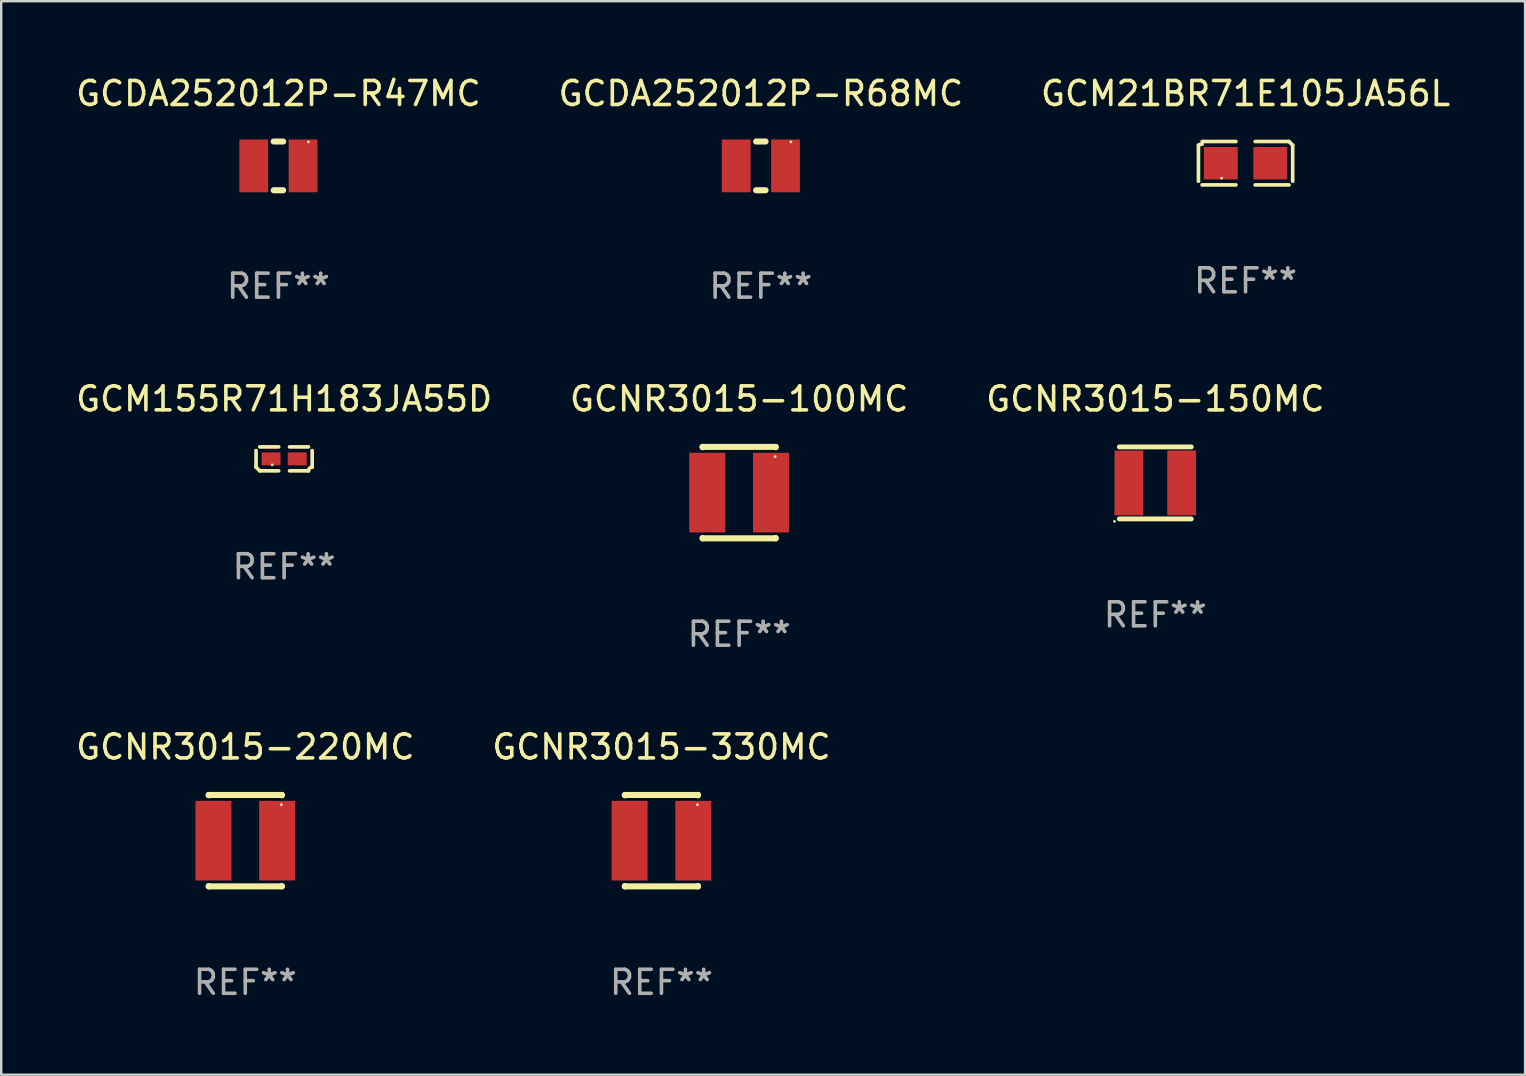
<source format=kicad_pcb>
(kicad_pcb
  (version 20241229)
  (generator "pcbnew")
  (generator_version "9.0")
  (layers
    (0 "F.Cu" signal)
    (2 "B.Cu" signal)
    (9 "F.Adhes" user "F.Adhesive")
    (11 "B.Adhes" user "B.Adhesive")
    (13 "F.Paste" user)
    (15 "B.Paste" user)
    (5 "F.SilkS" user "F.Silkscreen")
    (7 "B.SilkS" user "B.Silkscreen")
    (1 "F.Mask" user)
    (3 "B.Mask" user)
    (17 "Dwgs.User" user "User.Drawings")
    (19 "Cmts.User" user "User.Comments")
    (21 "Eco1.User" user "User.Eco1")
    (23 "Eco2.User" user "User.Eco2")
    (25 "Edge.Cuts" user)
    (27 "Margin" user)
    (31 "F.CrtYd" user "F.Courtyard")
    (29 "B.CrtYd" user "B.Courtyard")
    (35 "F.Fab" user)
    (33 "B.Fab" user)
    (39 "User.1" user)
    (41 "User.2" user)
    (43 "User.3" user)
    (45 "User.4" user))
  (footprint "GCM21BR71E105JA56L"
    (layer "F.Cu")
    (at 48.863 3.752)
    (property "Reference" "GCM21BR71E105JA56L" (at 0 -2.904 0) (layer "F.SilkS") (effects (font (size 1 1) (thickness 0.15))))
    (attr through_hole)
    (fp_line (start -1.964 0.751) (end -1.964 -0.751) (stroke (width 0.152) (type solid)) (layer "F.SilkS"))
    (fp_line (start -1.811 -0.904) (end -0.401 -0.904) (stroke (width 0.152) (type solid)) (layer "F.SilkS"))
    (fp_line (start -0.401 0.904) (end -1.811 0.904) (stroke (width 0.152) (type solid)) (layer "F.SilkS"))
    (fp_line (start 0.401 0.904) (end 1.811 0.904) (stroke (width 0.152) (type solid)) (layer "F.SilkS"))
    (fp_line (start 1.811 -0.904) (end 0.401 -0.904) (stroke (width 0.152) (type solid)) (layer "F.SilkS"))
    (fp_line (start 1.964 0.751) (end 1.964 -0.751) (stroke (width 0.152) (type solid)) (layer "F.SilkS"))
    (fp_arc (start -1.963602 -0.751207) (mid -1.890354 -0.783131) (end -1.811201 -0.794044) (stroke (width 0.1524) (type solid)) (layer "F.SilkS"))
    (fp_arc (start 1.811202 -0.903607) (mid 1.887413 -0.827418) (end 1.963602 -0.751207) (stroke (width 0.1524) (type solid)) (layer "F.SilkS"))
    (fp_circle (center -1 0.625) (end -0.97 0.625) (stroke (width 0.06) (type solid)) (fill no) (layer "F.SilkS"))
    (fp_text user "REF**" (at 0 4.904 0) (layer "F.Fab") (effects (font (size 1 1) (thickness 0.15))))
    (pad "1" smd rect (at -1.03 0) (size 1.41 1.35) (layers "F.Cu" "F.Mask" "F.Paste"))
    (pad "2" smd rect (at 1.03 0) (size 1.41 1.35) (layers "F.Cu" "F.Mask" "F.Paste")))
  (footprint "GCNR3015-100MC"
    (layer "F.Cu")
    (at 27.756 17.482)
    (property "Reference" "GCNR3015-100MC" (at 0 -3.905 0) (layer "F.SilkS") (effects (font (size 1 1) (thickness 0.15))))
    (attr through_hole)
    (fp_line (start -1.524 -1.905) (end 1.524 -1.905) (stroke (width 0.254) (type solid)) (layer "F.SilkS"))
    (fp_line (start -1.524 -1.891) (end -1.524 -1.905) (stroke (width 0.254) (type solid)) (layer "F.SilkS"))
    (fp_line (start -1.524 1.905) (end -1.524 1.891) (stroke (width 0.254) (type solid)) (layer "F.SilkS"))
    (fp_line (start -1.524 1.905) (end 1.524 1.905) (stroke (width 0.254) (type solid)) (layer "F.SilkS"))
    (fp_line (start 1.524 -1.905) (end 1.524 -1.891) (stroke (width 0.254) (type solid)) (layer "F.SilkS"))
    (fp_line (start 1.524 1.891) (end 1.524 1.905) (stroke (width 0.254) (type solid)) (layer "F.SilkS"))
    (fp_circle (center 1.5 -1.5) (end 1.53 -1.5) (stroke (width 0.06) (type solid)) (fill no) (layer "F.SilkS"))
    (fp_text user "REF**" (at 0 5.905 0) (layer "F.Fab") (effects (font (size 1 1) (thickness 0.15))))
    (pad "1" smd rect (at 1.328 0) (size 1.5 3.32) (layers "F.Cu" "F.Mask" "F.Paste"))
    (pad "2" smd rect (at -1.328 0) (size 1.5 3.32) (layers "F.Cu" "F.Mask" "F.Paste")))
  (footprint "GCDA252012P-R47MC"
    (layer "F.Cu")
    (at 8.554 3.864)
    (property "Reference" "GCDA252012P-R47MC" (at 0 -3.016 0) (layer "F.SilkS") (effects (font (size 1 1) (thickness 0.15))))
    (attr through_hole)
    (fp_line (start -0.197 1.016) (end 0.197 1.016) (stroke (width 0.254) (type solid)) (layer "F.SilkS"))
    (fp_line (start 0.197 -1.016) (end -0.197 -1.016) (stroke (width 0.254) (type solid)) (layer "F.SilkS"))
    (fp_circle (center 1.25 -1) (end 1.28 -1) (stroke (width 0.06) (type solid)) (fill no) (layer "F.SilkS"))
    (fp_text user "REF**" (at 0 5.016 0) (layer "F.Fab") (effects (font (size 1 1) (thickness 0.15))))
    (pad "1" smd rect (at 1.028 0) (size 1.2 2.2) (layers "F.Cu" "F.Mask" "F.Paste"))
    (pad "2" smd rect (at -1.028 0) (size 1.2 2.2) (layers "F.Cu" "F.Mask" "F.Paste")))
  (footprint "GCM155R71H183JA55D"
    (layer "F.Cu")
    (at 8.792 16.075)
    (property "Reference" "GCM155R71H183JA55D" (at 0 -2.499 0) (layer "F.SilkS") (effects (font (size 1 1) (thickness 0.15))))
    (attr through_hole)
    (fp_line (start -1.169 0.346) (end -1.169 -0.346) (stroke (width 0.152) (type solid)) (layer "F.SilkS"))
    (fp_line (start -1.016 -0.499) (end -0.226 -0.499) (stroke (width 0.152) (type solid)) (layer "F.SilkS"))
    (fp_line (start -0.226 0.499) (end -1.016 0.499) (stroke (width 0.152) (type solid)) (layer "F.SilkS"))
    (fp_line (start 0.226 0.499) (end 1.016 0.499) (stroke (width 0.152) (type solid)) (layer "F.SilkS"))
    (fp_line (start 1.016 -0.499) (end 0.226 -0.499) (stroke (width 0.152) (type solid)) (layer "F.SilkS"))
    (fp_line (start 1.169 0.346) (end 1.169 -0.346) (stroke (width 0.152) (type solid)) (layer "F.SilkS"))
    (fp_arc (start -1.016307 0.498603) (mid -1.092512 0.422405) (end -1.16871 0.3462) (stroke (width 0.1524) (type solid)) (layer "F.SilkS"))
    (fp_arc (start 1.016307 0.498603) (mid 1.060899 0.390758) (end 1.168707 0.346076) (stroke (width 0.1524) (type solid)) (layer "F.SilkS"))
    (fp_circle (center -0.5 0.25) (end -0.47 0.25) (stroke (width 0.06) (type solid)) (fill no) (layer "F.SilkS"))
    (fp_text user "REF**" (at 0 4.499 0) (layer "F.Fab") (effects (font (size 1 1) (thickness 0.15))))
    (pad "1" smd rect (at -0.545 0) (size 0.79 0.54) (layers "F.Cu" "F.Mask" "F.Paste"))
    (pad "2" smd rect (at 0.545 0) (size 0.79 0.54) (layers "F.Cu" "F.Mask" "F.Paste")))
  (footprint "GCNR3015-150MC"
    (layer "F.Cu")
    (at 45.101 17.077)
    (property "Reference" "GCNR3015-150MC" (at 0 -3.5 0) (layer "F.SilkS") (effects (font (size 1 1) (thickness 0.15))))
    (attr through_hole)
    (fp_line (start -1.5 -1.5) (end 1.5 -1.5) (stroke (width 0.203) (type solid)) (layer "F.SilkS"))
    (fp_line (start -1.5 1.5) (end 1.5 1.5) (stroke (width 0.203) (type solid)) (layer "F.SilkS"))
    (fp_circle (center -1.7 1.602) (end -1.67 1.602) (stroke (width 0.06) (type solid)) (fill no) (layer "F.SilkS"))
    (fp_text user "REF**" (at 0 5.5 0) (layer "F.Fab") (effects (font (size 1 1) (thickness 0.15))))
    (pad "1" smd rect (at -1.1 0 180) (size 1.2 2.7) (layers "F.Cu" "F.Mask" "F.Paste"))
    (pad "2" smd rect (at 1.1 0 180) (size 1.2 2.7) (layers "F.Cu" "F.Mask" "F.Paste")))
  (footprint "GCDA252012P-R68MC"
    (layer "F.Cu")
    (at 28.661 3.864)
    (property "Reference" "GCDA252012P-R68MC" (at 0 -3.016 0) (layer "F.SilkS") (effects (font (size 1 1) (thickness 0.15))))
    (attr through_hole)
    (fp_line (start -0.197 1.016) (end 0.197 1.016) (stroke (width 0.254) (type solid)) (layer "F.SilkS"))
    (fp_line (start 0.197 -1.016) (end -0.197 -1.016) (stroke (width 0.254) (type solid)) (layer "F.SilkS"))
    (fp_circle (center 1.25 -1) (end 1.28 -1) (stroke (width 0.06) (type solid)) (fill no) (layer "F.SilkS"))
    (fp_text user "REF**" (at 0 5.016 0) (layer "F.Fab") (effects (font (size 1 1) (thickness 0.15))))
    (pad "1" smd rect (at 1.028 0) (size 1.2 2.2) (layers "F.Cu" "F.Mask" "F.Paste"))
    (pad "2" smd rect (at -1.028 0) (size 1.2 2.2) (layers "F.Cu" "F.Mask" "F.Paste")))
  (footprint "GCNR3015-330MC"
    (layer "F.Cu")
    (at 24.518 31.988)
    (property "Reference" "GCNR3015-330MC" (at 0 -3.905 0) (layer "F.SilkS") (effects (font (size 1 1) (thickness 0.15))))
    (attr through_hole)
    (fp_line (start -1.524 -1.905) (end 1.524 -1.905) (stroke (width 0.254) (type solid)) (layer "F.SilkS"))
    (fp_line (start -1.524 -1.891) (end -1.524 -1.905) (stroke (width 0.254) (type solid)) (layer "F.SilkS"))
    (fp_line (start -1.524 1.905) (end -1.524 1.891) (stroke (width 0.254) (type solid)) (layer "F.SilkS"))
    (fp_line (start -1.524 1.905) (end 1.524 1.905) (stroke (width 0.254) (type solid)) (layer "F.SilkS"))
    (fp_line (start 1.524 -1.905) (end 1.524 -1.891) (stroke (width 0.254) (type solid)) (layer "F.SilkS"))
    (fp_line (start 1.524 1.891) (end 1.524 1.905) (stroke (width 0.254) (type solid)) (layer "F.SilkS"))
    (fp_circle (center 1.5 -1.5) (end 1.53 -1.5) (stroke (width 0.06) (type solid)) (fill no) (layer "F.SilkS"))
    (fp_text user "REF**" (at 0 5.905 0) (layer "F.Fab") (effects (font (size 1 1) (thickness 0.15))))
    (pad "1" smd rect (at 1.328 0) (size 1.5 3.32) (layers "F.Cu" "F.Mask" "F.Paste"))
    (pad "2" smd rect (at -1.328 0) (size 1.5 3.32) (layers "F.Cu" "F.Mask" "F.Paste")))
  (footprint "GCNR3015-220MC"
    (layer "F.Cu")
    (at 7.173 31.988)
    (property "Reference" "GCNR3015-220MC" (at 0 -3.905 0) (layer "F.SilkS") (effects (font (size 1 1) (thickness 0.15))))
    (attr through_hole)
    (fp_line (start -1.524 -1.905) (end 1.524 -1.905) (stroke (width 0.254) (type solid)) (layer "F.SilkS"))
    (fp_line (start -1.524 -1.891) (end -1.524 -1.905) (stroke (width 0.254) (type solid)) (layer "F.SilkS"))
    (fp_line (start -1.524 1.905) (end -1.524 1.891) (stroke (width 0.254) (type solid)) (layer "F.SilkS"))
    (fp_line (start -1.524 1.905) (end 1.524 1.905) (stroke (width 0.254) (type solid)) (layer "F.SilkS"))
    (fp_line (start 1.524 -1.905) (end 1.524 -1.891) (stroke (width 0.254) (type solid)) (layer "F.SilkS"))
    (fp_line (start 1.524 1.891) (end 1.524 1.905) (stroke (width 0.254) (type solid)) (layer "F.SilkS"))
    (fp_circle (center 1.5 -1.5) (end 1.53 -1.5) (stroke (width 0.06) (type solid)) (fill no) (layer "F.SilkS"))
    (fp_text user "REF**" (at 0 5.905 0) (layer "F.Fab") (effects (font (size 1 1) (thickness 0.15))))
    (pad "1" smd rect (at 1.328 0) (size 1.5 3.32) (layers "F.Cu" "F.Mask" "F.Paste"))
    (pad "2" smd rect (at -1.328 0) (size 1.5 3.32) (layers "F.Cu" "F.Mask" "F.Paste")))
  (gr_rect
    (start -3 -3)
    (end 60.512 41.742)
    (stroke (width 0.1) (type default))
    (fill no)
    (layer "Edge.Cuts")))
</source>
